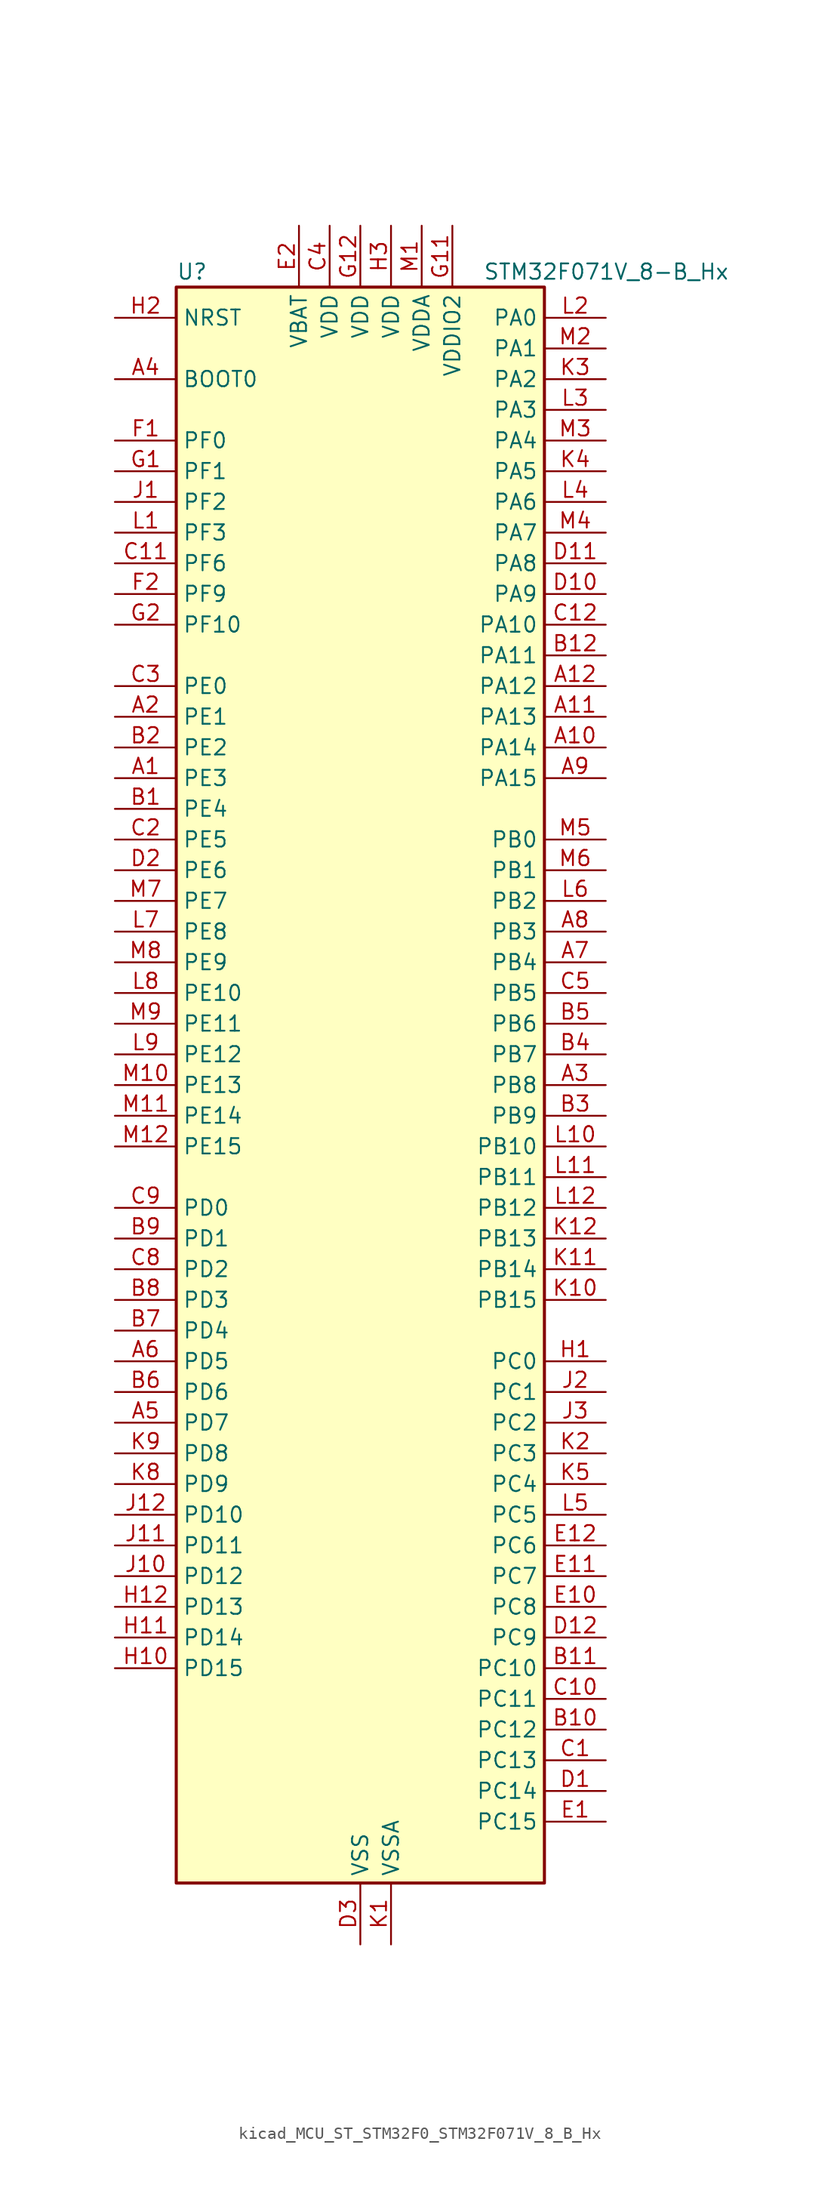
<source format=kicad_sym>
(kicad_symbol_lib
  (version 20220914)
  (generator kicad_symbol_editor)
  (symbol "kicad_MCU_ST_STM32F0_STM32F071V_8_B_Hx"
    (property "Reference" "U"
      (at -15.24 67.31 0)
      (effects (font (size 1.27 1.27)) (justify left)))
    (property "Value" "STM32F071V_8-B_Hx"
      (at 10.16 67.31 0)
      (effects (font (size 1.27 1.27)) (justify left)))
    (property "ki_locked" ""
      (at 0 0 0)
      (effects (font (size 1.27 1.27))))
    (symbol "kicad_MCU_ST_STM32F0_STM32F071V_8_B_Hx_0_1"
      (rectangle (start -15.24 -66.04) (end 15.24 66.04) (stroke (width 0.254) (type default)) (fill (type background))))
    (symbol "kicad_MCU_ST_STM32F0_STM32F071V_8_B_Hx_1_1"
      (pin bidirectional line (at -20.32 25.4 0) (length 5.08) (name "PE3" (effects (font (size 1.27 1.27)))) (number "A1" (effects (font (size 1.27 1.27)))) (alternate "TIM3_CH1" bidirectional line) (alternate "TSC_G7_IO2" bidirectional line))
      (pin bidirectional line (at 20.32 27.94 180) (length 5.08) (name "PA14" (effects (font (size 1.27 1.27)))) (number "A10" (effects (font (size 1.27 1.27)))) (alternate "SYS_SWCLK" bidirectional line) (alternate "USART2_TX" bidirectional line))
      (pin bidirectional line (at 20.32 30.48 180) (length 5.08) (name "PA13" (effects (font (size 1.27 1.27)))) (number "A11" (effects (font (size 1.27 1.27)))) (alternate "IR_OUT" bidirectional line) (alternate "SYS_SWDIO" bidirectional line))
      (pin bidirectional line (at 20.32 33.02 180) (length 5.08) (name "PA12" (effects (font (size 1.27 1.27)))) (number "A12" (effects (font (size 1.27 1.27)))) (alternate "COMP2_OUT" bidirectional line) (alternate "TIM1_ETR" bidirectional line) (alternate "TSC_G4_IO4" bidirectional line) (alternate "USART1_DE" bidirectional line) (alternate "USART1_RTS" bidirectional line))
      (pin bidirectional line (at -20.32 30.48 0) (length 5.08) (name "PE1" (effects (font (size 1.27 1.27)))) (number "A2" (effects (font (size 1.27 1.27)))) (alternate "TIM17_CH1" bidirectional line))
      (pin bidirectional line (at 20.32 0 180) (length 5.08) (name "PB8" (effects (font (size 1.27 1.27)))) (number "A3" (effects (font (size 1.27 1.27)))) (alternate "CEC" bidirectional line) (alternate "I2C1_SCL" bidirectional line) (alternate "TIM16_CH1" bidirectional line) (alternate "TSC_SYNC" bidirectional line))
      (pin input line (at -20.32 58.42 0) (length 5.08) (name "BOOT0" (effects (font (size 1.27 1.27)))) (number "A4" (effects (font (size 1.27 1.27)))))
      (pin bidirectional line (at -20.32 -27.94 0) (length 5.08) (name "PD7" (effects (font (size 1.27 1.27)))) (number "A5" (effects (font (size 1.27 1.27)))) (alternate "USART2_CK" bidirectional line))
      (pin bidirectional line (at -20.32 -22.86 0) (length 5.08) (name "PD5" (effects (font (size 1.27 1.27)))) (number "A6" (effects (font (size 1.27 1.27)))) (alternate "USART2_TX" bidirectional line))
      (pin bidirectional line (at 20.32 10.16 180) (length 5.08) (name "PB4" (effects (font (size 1.27 1.27)))) (number "A7" (effects (font (size 1.27 1.27)))) (alternate "I2S1_MCK" bidirectional line) (alternate "SPI1_MISO" bidirectional line) (alternate "TIM17_BKIN" bidirectional line) (alternate "TIM3_CH1" bidirectional line) (alternate "TSC_G5_IO2" bidirectional line))
      (pin bidirectional line (at 20.32 12.7 180) (length 5.08) (name "PB3" (effects (font (size 1.27 1.27)))) (number "A8" (effects (font (size 1.27 1.27)))) (alternate "I2S1_CK" bidirectional line) (alternate "SPI1_SCK" bidirectional line) (alternate "TIM2_CH2" bidirectional line) (alternate "TSC_G5_IO1" bidirectional line))
      (pin bidirectional line (at 20.32 25.4 180) (length 5.08) (name "PA15" (effects (font (size 1.27 1.27)))) (number "A9" (effects (font (size 1.27 1.27)))) (alternate "I2S1_WS" bidirectional line) (alternate "SPI1_NSS" bidirectional line) (alternate "TIM2_CH1" bidirectional line) (alternate "TIM2_ETR" bidirectional line) (alternate "USART2_RX" bidirectional line) (alternate "USART4_DE" bidirectional line) (alternate "USART4_RTS" bidirectional line))
      (pin bidirectional line (at -20.32 22.86 0) (length 5.08) (name "PE4" (effects (font (size 1.27 1.27)))) (number "B1" (effects (font (size 1.27 1.27)))) (alternate "TIM3_CH2" bidirectional line) (alternate "TSC_G7_IO3" bidirectional line))
      (pin bidirectional line (at 20.32 -53.34 180) (length 5.08) (name "PC12" (effects (font (size 1.27 1.27)))) (number "B10" (effects (font (size 1.27 1.27)))) (alternate "USART3_CK" bidirectional line) (alternate "USART4_CK" bidirectional line))
      (pin bidirectional line (at 20.32 -48.26 180) (length 5.08) (name "PC10" (effects (font (size 1.27 1.27)))) (number "B11" (effects (font (size 1.27 1.27)))) (alternate "USART3_TX" bidirectional line) (alternate "USART4_TX" bidirectional line))
      (pin bidirectional line (at 20.32 35.56 180) (length 5.08) (name "PA11" (effects (font (size 1.27 1.27)))) (number "B12" (effects (font (size 1.27 1.27)))) (alternate "COMP1_OUT" bidirectional line) (alternate "TIM1_CH4" bidirectional line) (alternate "TSC_G4_IO3" bidirectional line) (alternate "USART1_CTS" bidirectional line))
      (pin bidirectional line (at -20.32 27.94 0) (length 5.08) (name "PE2" (effects (font (size 1.27 1.27)))) (number "B2" (effects (font (size 1.27 1.27)))) (alternate "TIM3_ETR" bidirectional line) (alternate "TSC_G7_IO1" bidirectional line))
      (pin bidirectional line (at 20.32 -2.54 180) (length 5.08) (name "PB9" (effects (font (size 1.27 1.27)))) (number "B3" (effects (font (size 1.27 1.27)))) (alternate "DAC_EXTI9" bidirectional line) (alternate "I2C1_SDA" bidirectional line) (alternate "I2S2_WS" bidirectional line) (alternate "IR_OUT" bidirectional line) (alternate "SPI2_NSS" bidirectional line) (alternate "TIM17_CH1" bidirectional line))
      (pin bidirectional line (at 20.32 2.54 180) (length 5.08) (name "PB7" (effects (font (size 1.27 1.27)))) (number "B4" (effects (font (size 1.27 1.27)))) (alternate "I2C1_SDA" bidirectional line) (alternate "TIM17_CH1N" bidirectional line) (alternate "TSC_G5_IO4" bidirectional line) (alternate "USART1_RX" bidirectional line) (alternate "USART4_CTS" bidirectional line))
      (pin bidirectional line (at 20.32 5.08 180) (length 5.08) (name "PB6" (effects (font (size 1.27 1.27)))) (number "B5" (effects (font (size 1.27 1.27)))) (alternate "I2C1_SCL" bidirectional line) (alternate "TIM16_CH1N" bidirectional line) (alternate "TSC_G5_IO3" bidirectional line) (alternate "USART1_TX" bidirectional line))
      (pin bidirectional line (at -20.32 -25.4 0) (length 5.08) (name "PD6" (effects (font (size 1.27 1.27)))) (number "B6" (effects (font (size 1.27 1.27)))) (alternate "USART2_RX" bidirectional line))
      (pin bidirectional line (at -20.32 -20.32 0) (length 5.08) (name "PD4" (effects (font (size 1.27 1.27)))) (number "B7" (effects (font (size 1.27 1.27)))) (alternate "I2S2_SD" bidirectional line) (alternate "SPI2_MOSI" bidirectional line) (alternate "USART2_DE" bidirectional line) (alternate "USART2_RTS" bidirectional line))
      (pin bidirectional line (at -20.32 -17.78 0) (length 5.08) (name "PD3" (effects (font (size 1.27 1.27)))) (number "B8" (effects (font (size 1.27 1.27)))) (alternate "I2S2_MCK" bidirectional line) (alternate "SPI2_MISO" bidirectional line) (alternate "USART2_CTS" bidirectional line))
      (pin bidirectional line (at -20.32 -12.7 0) (length 5.08) (name "PD1" (effects (font (size 1.27 1.27)))) (number "B9" (effects (font (size 1.27 1.27)))) (alternate "I2S2_CK" bidirectional line) (alternate "SPI2_SCK" bidirectional line))
      (pin bidirectional line (at 20.32 -55.88 180) (length 5.08) (name "PC13" (effects (font (size 1.27 1.27)))) (number "C1" (effects (font (size 1.27 1.27)))) (alternate "RTC_OUT_ALARM" bidirectional line) (alternate "RTC_OUT_CALIB" bidirectional line) (alternate "RTC_TAMP1" bidirectional line) (alternate "RTC_TS" bidirectional line) (alternate "SYS_WKUP2" bidirectional line))
      (pin bidirectional line (at 20.32 -50.8 180) (length 5.08) (name "PC11" (effects (font (size 1.27 1.27)))) (number "C10" (effects (font (size 1.27 1.27)))) (alternate "USART3_RX" bidirectional line) (alternate "USART4_RX" bidirectional line))
      (pin bidirectional line (at -20.32 43.18 0) (length 5.08) (name "PF6" (effects (font (size 1.27 1.27)))) (number "C11" (effects (font (size 1.27 1.27)))))
      (pin bidirectional line (at 20.32 38.1 180) (length 5.08) (name "PA10" (effects (font (size 1.27 1.27)))) (number "C12" (effects (font (size 1.27 1.27)))) (alternate "TIM17_BKIN" bidirectional line) (alternate "TIM1_CH3" bidirectional line) (alternate "TSC_G4_IO2" bidirectional line) (alternate "USART1_RX" bidirectional line))
      (pin bidirectional line (at -20.32 20.32 0) (length 5.08) (name "PE5" (effects (font (size 1.27 1.27)))) (number "C2" (effects (font (size 1.27 1.27)))) (alternate "TIM3_CH3" bidirectional line) (alternate "TSC_G7_IO4" bidirectional line))
      (pin bidirectional line (at -20.32 33.02 0) (length 5.08) (name "PE0" (effects (font (size 1.27 1.27)))) (number "C3" (effects (font (size 1.27 1.27)))) (alternate "TIM16_CH1" bidirectional line))
      (pin power_in line (at -2.54 71.12 270) (length 5.08) (name "VDD" (effects (font (size 1.27 1.27)))) (number "C4" (effects (font (size 1.27 1.27)))))
      (pin bidirectional line (at 20.32 7.62 180) (length 5.08) (name "PB5" (effects (font (size 1.27 1.27)))) (number "C5" (effects (font (size 1.27 1.27)))) (alternate "I2C1_SMBA" bidirectional line) (alternate "I2S1_SD" bidirectional line) (alternate "SPI1_MOSI" bidirectional line) (alternate "SYS_WKUP6" bidirectional line) (alternate "TIM16_BKIN" bidirectional line) (alternate "TIM3_CH2" bidirectional line))
      (pin bidirectional line (at -20.32 -15.24 0) (length 5.08) (name "PD2" (effects (font (size 1.27 1.27)))) (number "C8" (effects (font (size 1.27 1.27)))) (alternate "TIM3_ETR" bidirectional line) (alternate "USART3_DE" bidirectional line) (alternate "USART3_RTS" bidirectional line))
      (pin bidirectional line (at -20.32 -10.16 0) (length 5.08) (name "PD0" (effects (font (size 1.27 1.27)))) (number "C9" (effects (font (size 1.27 1.27)))) (alternate "I2S2_WS" bidirectional line) (alternate "SPI2_NSS" bidirectional line))
      (pin bidirectional line (at 20.32 -58.42 180) (length 5.08) (name "PC14" (effects (font (size 1.27 1.27)))) (number "D1" (effects (font (size 1.27 1.27)))) (alternate "RCC_OSC32_IN" bidirectional line))
      (pin bidirectional line (at 20.32 40.64 180) (length 5.08) (name "PA9" (effects (font (size 1.27 1.27)))) (number "D10" (effects (font (size 1.27 1.27)))) (alternate "DAC_EXTI9" bidirectional line) (alternate "TIM15_BKIN" bidirectional line) (alternate "TIM1_CH2" bidirectional line) (alternate "TSC_G4_IO1" bidirectional line) (alternate "USART1_TX" bidirectional line))
      (pin bidirectional line (at 20.32 43.18 180) (length 5.08) (name "PA8" (effects (font (size 1.27 1.27)))) (number "D11" (effects (font (size 1.27 1.27)))) (alternate "CRS_SYNC" bidirectional line) (alternate "RCC_MCO" bidirectional line) (alternate "TIM1_CH1" bidirectional line) (alternate "USART1_CK" bidirectional line))
      (pin bidirectional line (at 20.32 -45.72 180) (length 5.08) (name "PC9" (effects (font (size 1.27 1.27)))) (number "D12" (effects (font (size 1.27 1.27)))) (alternate "DAC_EXTI9" bidirectional line) (alternate "TIM3_CH4" bidirectional line))
      (pin bidirectional line (at -20.32 17.78 0) (length 5.08) (name "PE6" (effects (font (size 1.27 1.27)))) (number "D2" (effects (font (size 1.27 1.27)))) (alternate "RTC_TAMP3" bidirectional line) (alternate "SYS_WKUP3" bidirectional line) (alternate "TIM3_CH4" bidirectional line))
      (pin power_in line (at 0 -71.12 90) (length 5.08) (name "VSS" (effects (font (size 1.27 1.27)))) (number "D3" (effects (font (size 1.27 1.27)))))
      (pin bidirectional line (at 20.32 -60.96 180) (length 5.08) (name "PC15" (effects (font (size 1.27 1.27)))) (number "E1" (effects (font (size 1.27 1.27)))) (alternate "RCC_OSC32_OUT" bidirectional line))
      (pin bidirectional line (at 20.32 -43.18 180) (length 5.08) (name "PC8" (effects (font (size 1.27 1.27)))) (number "E10" (effects (font (size 1.27 1.27)))) (alternate "TIM3_CH3" bidirectional line))
      (pin bidirectional line (at 20.32 -40.64 180) (length 5.08) (name "PC7" (effects (font (size 1.27 1.27)))) (number "E11" (effects (font (size 1.27 1.27)))) (alternate "TIM3_CH2" bidirectional line))
      (pin bidirectional line (at 20.32 -38.1 180) (length 5.08) (name "PC6" (effects (font (size 1.27 1.27)))) (number "E12" (effects (font (size 1.27 1.27)))) (alternate "TIM3_CH1" bidirectional line))
      (pin power_in line (at -5.08 71.12 270) (length 5.08) (name "VBAT" (effects (font (size 1.27 1.27)))) (number "E2" (effects (font (size 1.27 1.27)))))
      (pin no_connect line (at -15.24 -66.04 0) (length 5.08) hide (name "NC" (effects (font (size 1.27 1.27)))) (number "E3" (effects (font (size 1.27 1.27)))))
      (pin bidirectional line (at -20.32 53.34 0) (length 5.08) (name "PF0" (effects (font (size 1.27 1.27)))) (number "F1" (effects (font (size 1.27 1.27)))) (alternate "CRS_SYNC" bidirectional line) (alternate "RCC_OSC_IN" bidirectional line))
      (pin passive line (at 0 -71.12 90) (length 5.08) hide (name "VSS" (effects (font (size 1.27 1.27)))) (number "F11" (effects (font (size 1.27 1.27)))))
      (pin passive line (at 0 -71.12 90) (length 5.08) hide (name "VSS" (effects (font (size 1.27 1.27)))) (number "F12" (effects (font (size 1.27 1.27)))))
      (pin bidirectional line (at -20.32 40.64 0) (length 5.08) (name "PF9" (effects (font (size 1.27 1.27)))) (number "F2" (effects (font (size 1.27 1.27)))) (alternate "DAC_EXTI9" bidirectional line) (alternate "TIM15_CH1" bidirectional line))
      (pin bidirectional line (at -20.32 50.8 0) (length 5.08) (name "PF1" (effects (font (size 1.27 1.27)))) (number "G1" (effects (font (size 1.27 1.27)))) (alternate "RCC_OSC_OUT" bidirectional line))
      (pin power_in line (at 7.62 71.12 270) (length 5.08) (name "VDDIO2" (effects (font (size 1.27 1.27)))) (number "G11" (effects (font (size 1.27 1.27)))))
      (pin power_in line (at 0 71.12 270) (length 5.08) (name "VDD" (effects (font (size 1.27 1.27)))) (number "G12" (effects (font (size 1.27 1.27)))))
      (pin bidirectional line (at -20.32 38.1 0) (length 5.08) (name "PF10" (effects (font (size 1.27 1.27)))) (number "G2" (effects (font (size 1.27 1.27)))) (alternate "TIM15_CH2" bidirectional line))
      (pin bidirectional line (at 20.32 -22.86 180) (length 5.08) (name "PC0" (effects (font (size 1.27 1.27)))) (number "H1" (effects (font (size 1.27 1.27)))) (alternate "ADC_IN10" bidirectional line))
      (pin bidirectional line (at -20.32 -48.26 0) (length 5.08) (name "PD15" (effects (font (size 1.27 1.27)))) (number "H10" (effects (font (size 1.27 1.27)))) (alternate "CRS_SYNC" bidirectional line) (alternate "TSC_G8_IO4" bidirectional line))
      (pin bidirectional line (at -20.32 -45.72 0) (length 5.08) (name "PD14" (effects (font (size 1.27 1.27)))) (number "H11" (effects (font (size 1.27 1.27)))) (alternate "TSC_G8_IO3" bidirectional line))
      (pin bidirectional line (at -20.32 -43.18 0) (length 5.08) (name "PD13" (effects (font (size 1.27 1.27)))) (number "H12" (effects (font (size 1.27 1.27)))) (alternate "TSC_G8_IO2" bidirectional line))
      (pin input line (at -20.32 63.5 0) (length 5.08) (name "NRST" (effects (font (size 1.27 1.27)))) (number "H2" (effects (font (size 1.27 1.27)))))
      (pin power_in line (at 2.54 71.12 270) (length 5.08) (name "VDD" (effects (font (size 1.27 1.27)))) (number "H3" (effects (font (size 1.27 1.27)))))
      (pin bidirectional line (at -20.32 48.26 0) (length 5.08) (name "PF2" (effects (font (size 1.27 1.27)))) (number "J1" (effects (font (size 1.27 1.27)))) (alternate "SYS_WKUP8" bidirectional line))
      (pin bidirectional line (at -20.32 -40.64 0) (length 5.08) (name "PD12" (effects (font (size 1.27 1.27)))) (number "J10" (effects (font (size 1.27 1.27)))) (alternate "TSC_G8_IO1" bidirectional line) (alternate "USART3_DE" bidirectional line) (alternate "USART3_RTS" bidirectional line))
      (pin bidirectional line (at -20.32 -38.1 0) (length 5.08) (name "PD11" (effects (font (size 1.27 1.27)))) (number "J11" (effects (font (size 1.27 1.27)))) (alternate "USART3_CTS" bidirectional line))
      (pin bidirectional line (at -20.32 -35.56 0) (length 5.08) (name "PD10" (effects (font (size 1.27 1.27)))) (number "J12" (effects (font (size 1.27 1.27)))) (alternate "USART3_CK" bidirectional line))
      (pin bidirectional line (at 20.32 -25.4 180) (length 5.08) (name "PC1" (effects (font (size 1.27 1.27)))) (number "J2" (effects (font (size 1.27 1.27)))) (alternate "ADC_IN11" bidirectional line))
      (pin bidirectional line (at 20.32 -27.94 180) (length 5.08) (name "PC2" (effects (font (size 1.27 1.27)))) (number "J3" (effects (font (size 1.27 1.27)))) (alternate "ADC_IN12" bidirectional line) (alternate "I2S2_MCK" bidirectional line) (alternate "SPI2_MISO" bidirectional line))
      (pin power_in line (at 2.54 -71.12 90) (length 5.08) (name "VSSA" (effects (font (size 1.27 1.27)))) (number "K1" (effects (font (size 1.27 1.27)))))
      (pin bidirectional line (at 20.32 -17.78 180) (length 5.08) (name "PB15" (effects (font (size 1.27 1.27)))) (number "K10" (effects (font (size 1.27 1.27)))) (alternate "I2S2_SD" bidirectional line) (alternate "RTC_REFIN" bidirectional line) (alternate "SPI2_MOSI" bidirectional line) (alternate "SYS_WKUP7" bidirectional line) (alternate "TIM15_CH1N" bidirectional line) (alternate "TIM15_CH2" bidirectional line) (alternate "TIM1_CH3N" bidirectional line))
      (pin bidirectional line (at 20.32 -15.24 180) (length 5.08) (name "PB14" (effects (font (size 1.27 1.27)))) (number "K11" (effects (font (size 1.27 1.27)))) (alternate "I2C2_SDA" bidirectional line) (alternate "I2S2_MCK" bidirectional line) (alternate "SPI2_MISO" bidirectional line) (alternate "TIM15_CH1" bidirectional line) (alternate "TIM1_CH2N" bidirectional line) (alternate "TSC_G6_IO4" bidirectional line) (alternate "USART3_DE" bidirectional line) (alternate "USART3_RTS" bidirectional line))
      (pin bidirectional line (at 20.32 -12.7 180) (length 5.08) (name "PB13" (effects (font (size 1.27 1.27)))) (number "K12" (effects (font (size 1.27 1.27)))) (alternate "I2C2_SCL" bidirectional line) (alternate "I2S2_CK" bidirectional line) (alternate "SPI2_SCK" bidirectional line) (alternate "TIM1_CH1N" bidirectional line) (alternate "TSC_G6_IO3" bidirectional line) (alternate "USART3_CTS" bidirectional line))
      (pin bidirectional line (at 20.32 -30.48 180) (length 5.08) (name "PC3" (effects (font (size 1.27 1.27)))) (number "K2" (effects (font (size 1.27 1.27)))) (alternate "ADC_IN13" bidirectional line) (alternate "I2S2_SD" bidirectional line) (alternate "SPI2_MOSI" bidirectional line))
      (pin bidirectional line (at 20.32 58.42 180) (length 5.08) (name "PA2" (effects (font (size 1.27 1.27)))) (number "K3" (effects (font (size 1.27 1.27)))) (alternate "ADC_IN2" bidirectional line) (alternate "COMP2_INM" bidirectional line) (alternate "COMP2_OUT" bidirectional line) (alternate "SYS_WKUP4" bidirectional line) (alternate "TIM15_CH1" bidirectional line) (alternate "TIM2_CH3" bidirectional line) (alternate "TSC_G1_IO3" bidirectional line) (alternate "USART2_TX" bidirectional line))
      (pin bidirectional line (at 20.32 50.8 180) (length 5.08) (name "PA5" (effects (font (size 1.27 1.27)))) (number "K4" (effects (font (size 1.27 1.27)))) (alternate "ADC_IN5" bidirectional line) (alternate "CEC" bidirectional line) (alternate "COMP1_INM" bidirectional line) (alternate "COMP2_INM" bidirectional line) (alternate "DAC_OUT2" bidirectional line) (alternate "I2S1_CK" bidirectional line) (alternate "SPI1_SCK" bidirectional line) (alternate "TIM2_CH1" bidirectional line) (alternate "TIM2_ETR" bidirectional line) (alternate "TSC_G2_IO2" bidirectional line))
      (pin bidirectional line (at 20.32 -33.02 180) (length 5.08) (name "PC4" (effects (font (size 1.27 1.27)))) (number "K5" (effects (font (size 1.27 1.27)))) (alternate "ADC_IN14" bidirectional line) (alternate "USART3_TX" bidirectional line))
      (pin bidirectional line (at -20.32 -33.02 0) (length 5.08) (name "PD9" (effects (font (size 1.27 1.27)))) (number "K8" (effects (font (size 1.27 1.27)))) (alternate "DAC_EXTI9" bidirectional line) (alternate "USART3_RX" bidirectional line))
      (pin bidirectional line (at -20.32 -30.48 0) (length 5.08) (name "PD8" (effects (font (size 1.27 1.27)))) (number "K9" (effects (font (size 1.27 1.27)))) (alternate "USART3_TX" bidirectional line))
      (pin bidirectional line (at -20.32 45.72 0) (length 5.08) (name "PF3" (effects (font (size 1.27 1.27)))) (number "L1" (effects (font (size 1.27 1.27)))))
      (pin bidirectional line (at 20.32 -5.08 180) (length 5.08) (name "PB10" (effects (font (size 1.27 1.27)))) (number "L10" (effects (font (size 1.27 1.27)))) (alternate "CEC" bidirectional line) (alternate "I2C2_SCL" bidirectional line) (alternate "I2S2_CK" bidirectional line) (alternate "SPI2_SCK" bidirectional line) (alternate "TIM2_CH3" bidirectional line) (alternate "TSC_SYNC" bidirectional line) (alternate "USART3_TX" bidirectional line))
      (pin bidirectional line (at 20.32 -7.62 180) (length 5.08) (name "PB11" (effects (font (size 1.27 1.27)))) (number "L11" (effects (font (size 1.27 1.27)))) (alternate "I2C2_SDA" bidirectional line) (alternate "TIM2_CH4" bidirectional line) (alternate "TSC_G6_IO1" bidirectional line) (alternate "USART3_RX" bidirectional line))
      (pin bidirectional line (at 20.32 -10.16 180) (length 5.08) (name "PB12" (effects (font (size 1.27 1.27)))) (number "L12" (effects (font (size 1.27 1.27)))) (alternate "I2S2_WS" bidirectional line) (alternate "SPI2_NSS" bidirectional line) (alternate "TIM15_BKIN" bidirectional line) (alternate "TIM1_BKIN" bidirectional line) (alternate "TSC_G6_IO2" bidirectional line) (alternate "USART3_CK" bidirectional line))
      (pin bidirectional line (at 20.32 63.5 180) (length 5.08) (name "PA0" (effects (font (size 1.27 1.27)))) (number "L2" (effects (font (size 1.27 1.27)))) (alternate "ADC_IN0" bidirectional line) (alternate "COMP1_INM" bidirectional line) (alternate "COMP1_OUT" bidirectional line) (alternate "RTC_TAMP2" bidirectional line) (alternate "SYS_WKUP1" bidirectional line) (alternate "TIM2_CH1" bidirectional line) (alternate "TIM2_ETR" bidirectional line) (alternate "TSC_G1_IO1" bidirectional line) (alternate "USART2_CTS" bidirectional line) (alternate "USART4_TX" bidirectional line))
      (pin bidirectional line (at 20.32 55.88 180) (length 5.08) (name "PA3" (effects (font (size 1.27 1.27)))) (number "L3" (effects (font (size 1.27 1.27)))) (alternate "ADC_IN3" bidirectional line) (alternate "COMP2_INP" bidirectional line) (alternate "TIM15_CH2" bidirectional line) (alternate "TIM2_CH4" bidirectional line) (alternate "TSC_G1_IO4" bidirectional line) (alternate "USART2_RX" bidirectional line))
      (pin bidirectional line (at 20.32 48.26 180) (length 5.08) (name "PA6" (effects (font (size 1.27 1.27)))) (number "L4" (effects (font (size 1.27 1.27)))) (alternate "ADC_IN6" bidirectional line) (alternate "COMP1_OUT" bidirectional line) (alternate "I2S1_MCK" bidirectional line) (alternate "SPI1_MISO" bidirectional line) (alternate "TIM16_CH1" bidirectional line) (alternate "TIM1_BKIN" bidirectional line) (alternate "TIM3_CH1" bidirectional line) (alternate "TSC_G2_IO3" bidirectional line) (alternate "USART3_CTS" bidirectional line))
      (pin bidirectional line (at 20.32 -35.56 180) (length 5.08) (name "PC5" (effects (font (size 1.27 1.27)))) (number "L5" (effects (font (size 1.27 1.27)))) (alternate "ADC_IN15" bidirectional line) (alternate "SYS_WKUP5" bidirectional line) (alternate "TSC_G3_IO1" bidirectional line) (alternate "USART3_RX" bidirectional line))
      (pin bidirectional line (at 20.32 15.24 180) (length 5.08) (name "PB2" (effects (font (size 1.27 1.27)))) (number "L6" (effects (font (size 1.27 1.27)))) (alternate "TSC_G3_IO4" bidirectional line))
      (pin bidirectional line (at -20.32 12.7 0) (length 5.08) (name "PE8" (effects (font (size 1.27 1.27)))) (number "L7" (effects (font (size 1.27 1.27)))) (alternate "TIM1_CH1N" bidirectional line))
      (pin bidirectional line (at -20.32 7.62 0) (length 5.08) (name "PE10" (effects (font (size 1.27 1.27)))) (number "L8" (effects (font (size 1.27 1.27)))) (alternate "TIM1_CH2N" bidirectional line))
      (pin bidirectional line (at -20.32 2.54 0) (length 5.08) (name "PE12" (effects (font (size 1.27 1.27)))) (number "L9" (effects (font (size 1.27 1.27)))) (alternate "I2S1_WS" bidirectional line) (alternate "SPI1_NSS" bidirectional line) (alternate "TIM1_CH3N" bidirectional line))
      (pin power_in line (at 5.08 71.12 270) (length 5.08) (name "VDDA" (effects (font (size 1.27 1.27)))) (number "M1" (effects (font (size 1.27 1.27)))))
      (pin bidirectional line (at -20.32 0 0) (length 5.08) (name "PE13" (effects (font (size 1.27 1.27)))) (number "M10" (effects (font (size 1.27 1.27)))) (alternate "I2S1_CK" bidirectional line) (alternate "SPI1_SCK" bidirectional line) (alternate "TIM1_CH3" bidirectional line))
      (pin bidirectional line (at -20.32 -2.54 0) (length 5.08) (name "PE14" (effects (font (size 1.27 1.27)))) (number "M11" (effects (font (size 1.27 1.27)))) (alternate "I2S1_MCK" bidirectional line) (alternate "SPI1_MISO" bidirectional line) (alternate "TIM1_CH4" bidirectional line))
      (pin bidirectional line (at -20.32 -5.08 0) (length 5.08) (name "PE15" (effects (font (size 1.27 1.27)))) (number "M12" (effects (font (size 1.27 1.27)))) (alternate "I2S1_SD" bidirectional line) (alternate "SPI1_MOSI" bidirectional line) (alternate "TIM1_BKIN" bidirectional line))
      (pin bidirectional line (at 20.32 60.96 180) (length 5.08) (name "PA1" (effects (font (size 1.27 1.27)))) (number "M2" (effects (font (size 1.27 1.27)))) (alternate "ADC_IN1" bidirectional line) (alternate "COMP1_INP" bidirectional line) (alternate "TIM15_CH1N" bidirectional line) (alternate "TIM2_CH2" bidirectional line) (alternate "TSC_G1_IO2" bidirectional line) (alternate "USART2_DE" bidirectional line) (alternate "USART2_RTS" bidirectional line) (alternate "USART4_RX" bidirectional line))
      (pin bidirectional line (at 20.32 53.34 180) (length 5.08) (name "PA4" (effects (font (size 1.27 1.27)))) (number "M3" (effects (font (size 1.27 1.27)))) (alternate "ADC_IN4" bidirectional line) (alternate "COMP1_INM" bidirectional line) (alternate "COMP2_INM" bidirectional line) (alternate "DAC_OUT1" bidirectional line) (alternate "I2S1_WS" bidirectional line) (alternate "SPI1_NSS" bidirectional line) (alternate "TIM14_CH1" bidirectional line) (alternate "TSC_G2_IO1" bidirectional line) (alternate "USART2_CK" bidirectional line))
      (pin bidirectional line (at 20.32 45.72 180) (length 5.08) (name "PA7" (effects (font (size 1.27 1.27)))) (number "M4" (effects (font (size 1.27 1.27)))) (alternate "ADC_IN7" bidirectional line) (alternate "COMP2_OUT" bidirectional line) (alternate "I2S1_SD" bidirectional line) (alternate "SPI1_MOSI" bidirectional line) (alternate "TIM14_CH1" bidirectional line) (alternate "TIM17_CH1" bidirectional line) (alternate "TIM1_CH1N" bidirectional line) (alternate "TIM3_CH2" bidirectional line) (alternate "TSC_G2_IO4" bidirectional line))
      (pin bidirectional line (at 20.32 20.32 180) (length 5.08) (name "PB0" (effects (font (size 1.27 1.27)))) (number "M5" (effects (font (size 1.27 1.27)))) (alternate "ADC_IN8" bidirectional line) (alternate "TIM1_CH2N" bidirectional line) (alternate "TIM3_CH3" bidirectional line) (alternate "TSC_G3_IO2" bidirectional line) (alternate "USART3_CK" bidirectional line))
      (pin bidirectional line (at 20.32 17.78 180) (length 5.08) (name "PB1" (effects (font (size 1.27 1.27)))) (number "M6" (effects (font (size 1.27 1.27)))) (alternate "ADC_IN9" bidirectional line) (alternate "TIM14_CH1" bidirectional line) (alternate "TIM1_CH3N" bidirectional line) (alternate "TIM3_CH4" bidirectional line) (alternate "TSC_G3_IO3" bidirectional line) (alternate "USART3_DE" bidirectional line) (alternate "USART3_RTS" bidirectional line))
      (pin bidirectional line (at -20.32 15.24 0) (length 5.08) (name "PE7" (effects (font (size 1.27 1.27)))) (number "M7" (effects (font (size 1.27 1.27)))) (alternate "TIM1_ETR" bidirectional line))
      (pin bidirectional line (at -20.32 10.16 0) (length 5.08) (name "PE9" (effects (font (size 1.27 1.27)))) (number "M8" (effects (font (size 1.27 1.27)))) (alternate "DAC_EXTI9" bidirectional line) (alternate "TIM1_CH1" bidirectional line))
      (pin bidirectional line (at -20.32 5.08 0) (length 5.08) (name "PE11" (effects (font (size 1.27 1.27)))) (number "M9" (effects (font (size 1.27 1.27)))) (alternate "TIM1_CH2" bidirectional line)))))
</source>
